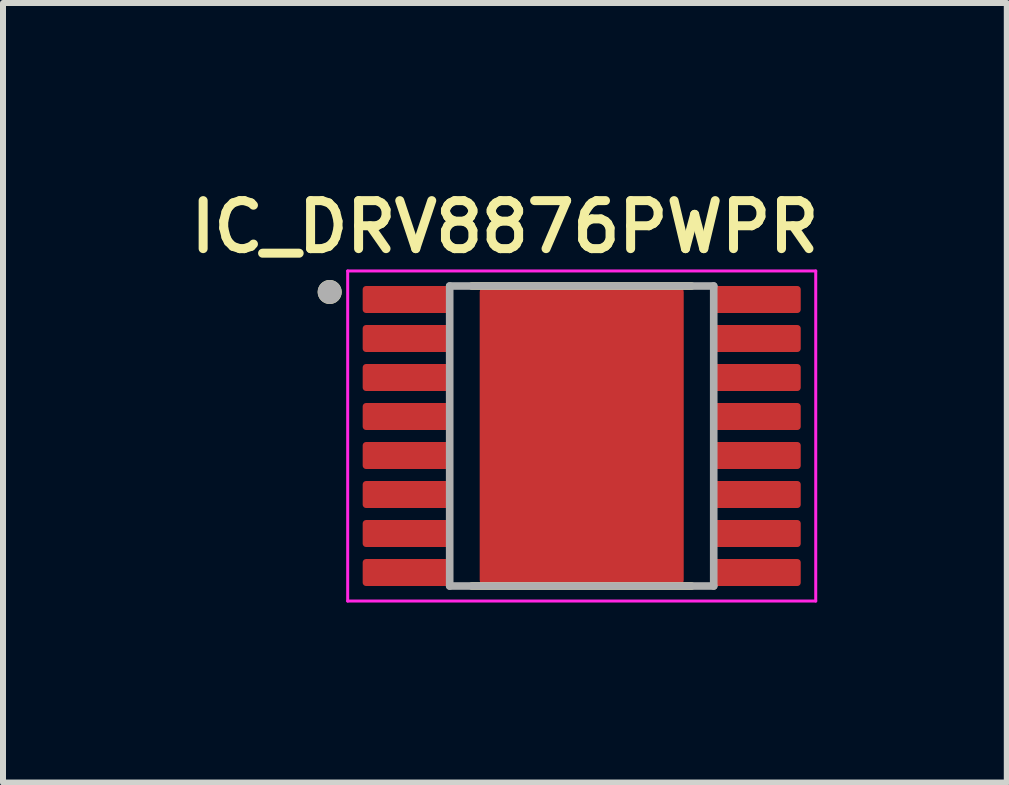
<source format=kicad_pcb>
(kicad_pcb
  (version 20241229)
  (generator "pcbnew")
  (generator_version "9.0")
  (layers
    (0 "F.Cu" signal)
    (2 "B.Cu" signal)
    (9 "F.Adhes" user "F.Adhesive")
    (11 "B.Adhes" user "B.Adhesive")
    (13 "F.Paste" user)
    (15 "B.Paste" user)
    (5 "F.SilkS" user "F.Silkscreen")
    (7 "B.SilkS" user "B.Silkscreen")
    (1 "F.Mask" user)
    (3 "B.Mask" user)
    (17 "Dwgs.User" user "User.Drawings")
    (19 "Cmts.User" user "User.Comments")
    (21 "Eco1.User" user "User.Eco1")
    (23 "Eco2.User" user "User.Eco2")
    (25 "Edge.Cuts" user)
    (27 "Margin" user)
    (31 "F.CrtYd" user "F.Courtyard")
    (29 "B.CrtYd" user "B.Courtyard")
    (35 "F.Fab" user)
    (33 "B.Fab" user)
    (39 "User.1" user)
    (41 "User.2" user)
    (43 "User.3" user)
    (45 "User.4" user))
  (footprint "IC_DRV8876PWPR"
    (layer "F.Cu")
    (at 6.644 4.216)
    (property "Reference" "IC_DRV8876PWPR" (at -1.28 -3.485 0) (layer "F.SilkS") (effects (font (size 0.8 0.8) (thickness 0.15))))
    (attr smd)
    (fp_poly (pts (xy -1.23 -1.155) (xy 1.23 -1.155) (xy 1.23 1.155) (xy -1.23 1.155)) (stroke (width 0.01) (type solid)) (fill yes) (layer "F.Mask"))
    (fp_line (start -1.83 -2.5) (end 1.83 -2.5) (stroke (width 0.127) (type solid)) (layer "F.SilkS"))
    (fp_line (start -1.83 2.5) (end 1.83 2.5) (stroke (width 0.127) (type solid)) (layer "F.SilkS"))
    (fp_circle (center -4.2 -2.4) (end -4.1 -2.4) (stroke (width 0.2) (type solid)) (fill no) (layer "F.SilkS"))
    (fp_poly (pts (xy -1.23 -1.155) (xy 1.23 -1.155) (xy 1.23 1.155) (xy -1.23 1.155)) (stroke (width 0.01) (type solid)) (fill yes) (layer "F.Paste"))
    (fp_line (start -3.9 -2.75) (end -3.9 2.75) (stroke (width 0.05) (type solid)) (layer "F.CrtYd"))
    (fp_line (start -3.9 -2.75) (end 3.9 -2.75) (stroke (width 0.05) (type solid)) (layer "F.CrtYd"))
    (fp_line (start -3.9 2.75) (end 3.9 2.75) (stroke (width 0.05) (type solid)) (layer "F.CrtYd"))
    (fp_line (start 3.9 -2.75) (end 3.9 2.75) (stroke (width 0.05) (type solid)) (layer "F.CrtYd"))
    (fp_line (start -2.2 -2.5) (end -2.2 2.5) (stroke (width 0.127) (type solid)) (layer "F.Fab"))
    (fp_line (start -2.2 -2.5) (end 2.2 -2.5) (stroke (width 0.127) (type solid)) (layer "F.Fab"))
    (fp_line (start -2.2 2.5) (end 2.2 2.5) (stroke (width 0.127) (type solid)) (layer "F.Fab"))
    (fp_line (start 2.2 -2.5) (end 2.2 2.5) (stroke (width 0.127) (type solid)) (layer "F.Fab"))
    (fp_circle (center -4.2 -2.4) (end -4.1 -2.4) (stroke (width 0.2) (type solid)) (fill no) (layer "F.Fab"))
    (pad "1" smd roundrect (at -2.9 -2.275) (size 1.5 0.45) (layers "F.Cu" "F.Mask" "F.Paste") (roundrect_rratio 0.125))
    (pad "2" smd roundrect (at -2.9 -1.625) (size 1.5 0.45) (layers "F.Cu" "F.Mask" "F.Paste") (roundrect_rratio 0.125))
    (pad "3" smd roundrect (at -2.9 -0.975) (size 1.5 0.45) (layers "F.Cu" "F.Mask" "F.Paste") (roundrect_rratio 0.125))
    (pad "4" smd roundrect (at -2.9 -0.325) (size 1.5 0.45) (layers "F.Cu" "F.Mask" "F.Paste") (roundrect_rratio 0.125))
    (pad "5" smd roundrect (at -2.9 0.325) (size 1.5 0.45) (layers "F.Cu" "F.Mask" "F.Paste") (roundrect_rratio 0.125))
    (pad "6" smd roundrect (at -2.9 0.975) (size 1.5 0.45) (layers "F.Cu" "F.Mask" "F.Paste") (roundrect_rratio 0.125))
    (pad "7" smd roundrect (at -2.9 1.625) (size 1.5 0.45) (layers "F.Cu" "F.Mask" "F.Paste") (roundrect_rratio 0.125))
    (pad "8" smd roundrect (at -2.9 2.275) (size 1.5 0.45) (layers "F.Cu" "F.Mask" "F.Paste") (roundrect_rratio 0.125))
    (pad "9" smd roundrect (at 2.9 2.275) (size 1.5 0.45) (layers "F.Cu" "F.Mask" "F.Paste") (roundrect_rratio 0.125))
    (pad "10" smd roundrect (at 2.9 1.625) (size 1.5 0.45) (layers "F.Cu" "F.Mask" "F.Paste") (roundrect_rratio 0.125))
    (pad "11" smd roundrect (at 2.9 0.975) (size 1.5 0.45) (layers "F.Cu" "F.Mask" "F.Paste") (roundrect_rratio 0.125))
    (pad "12" smd roundrect (at 2.9 0.325) (size 1.5 0.45) (layers "F.Cu" "F.Mask" "F.Paste") (roundrect_rratio 0.125))
    (pad "13" smd roundrect (at 2.9 -0.325) (size 1.5 0.45) (layers "F.Cu" "F.Mask" "F.Paste") (roundrect_rratio 0.125))
    (pad "14" smd roundrect (at 2.9 -0.975) (size 1.5 0.45) (layers "F.Cu" "F.Mask" "F.Paste") (roundrect_rratio 0.125))
    (pad "15" smd roundrect (at 2.9 -1.625) (size 1.5 0.45) (layers "F.Cu" "F.Mask" "F.Paste") (roundrect_rratio 0.125))
    (pad "16" smd roundrect (at 2.9 -2.275) (size 1.5 0.45) (layers "F.Cu" "F.Mask" "F.Paste") (roundrect_rratio 0.125))
    (pad "17" smd roundrect (at 0 0) (size 3.4 5) (layers "F.Cu") (roundrect_rratio 0.029)))
  (gr_rect
    (start -3 -3)
    (end 13.728 9.991)
    (stroke (width 0.1) (type default))
    (fill no)
    (layer "Edge.Cuts")))
</source>
